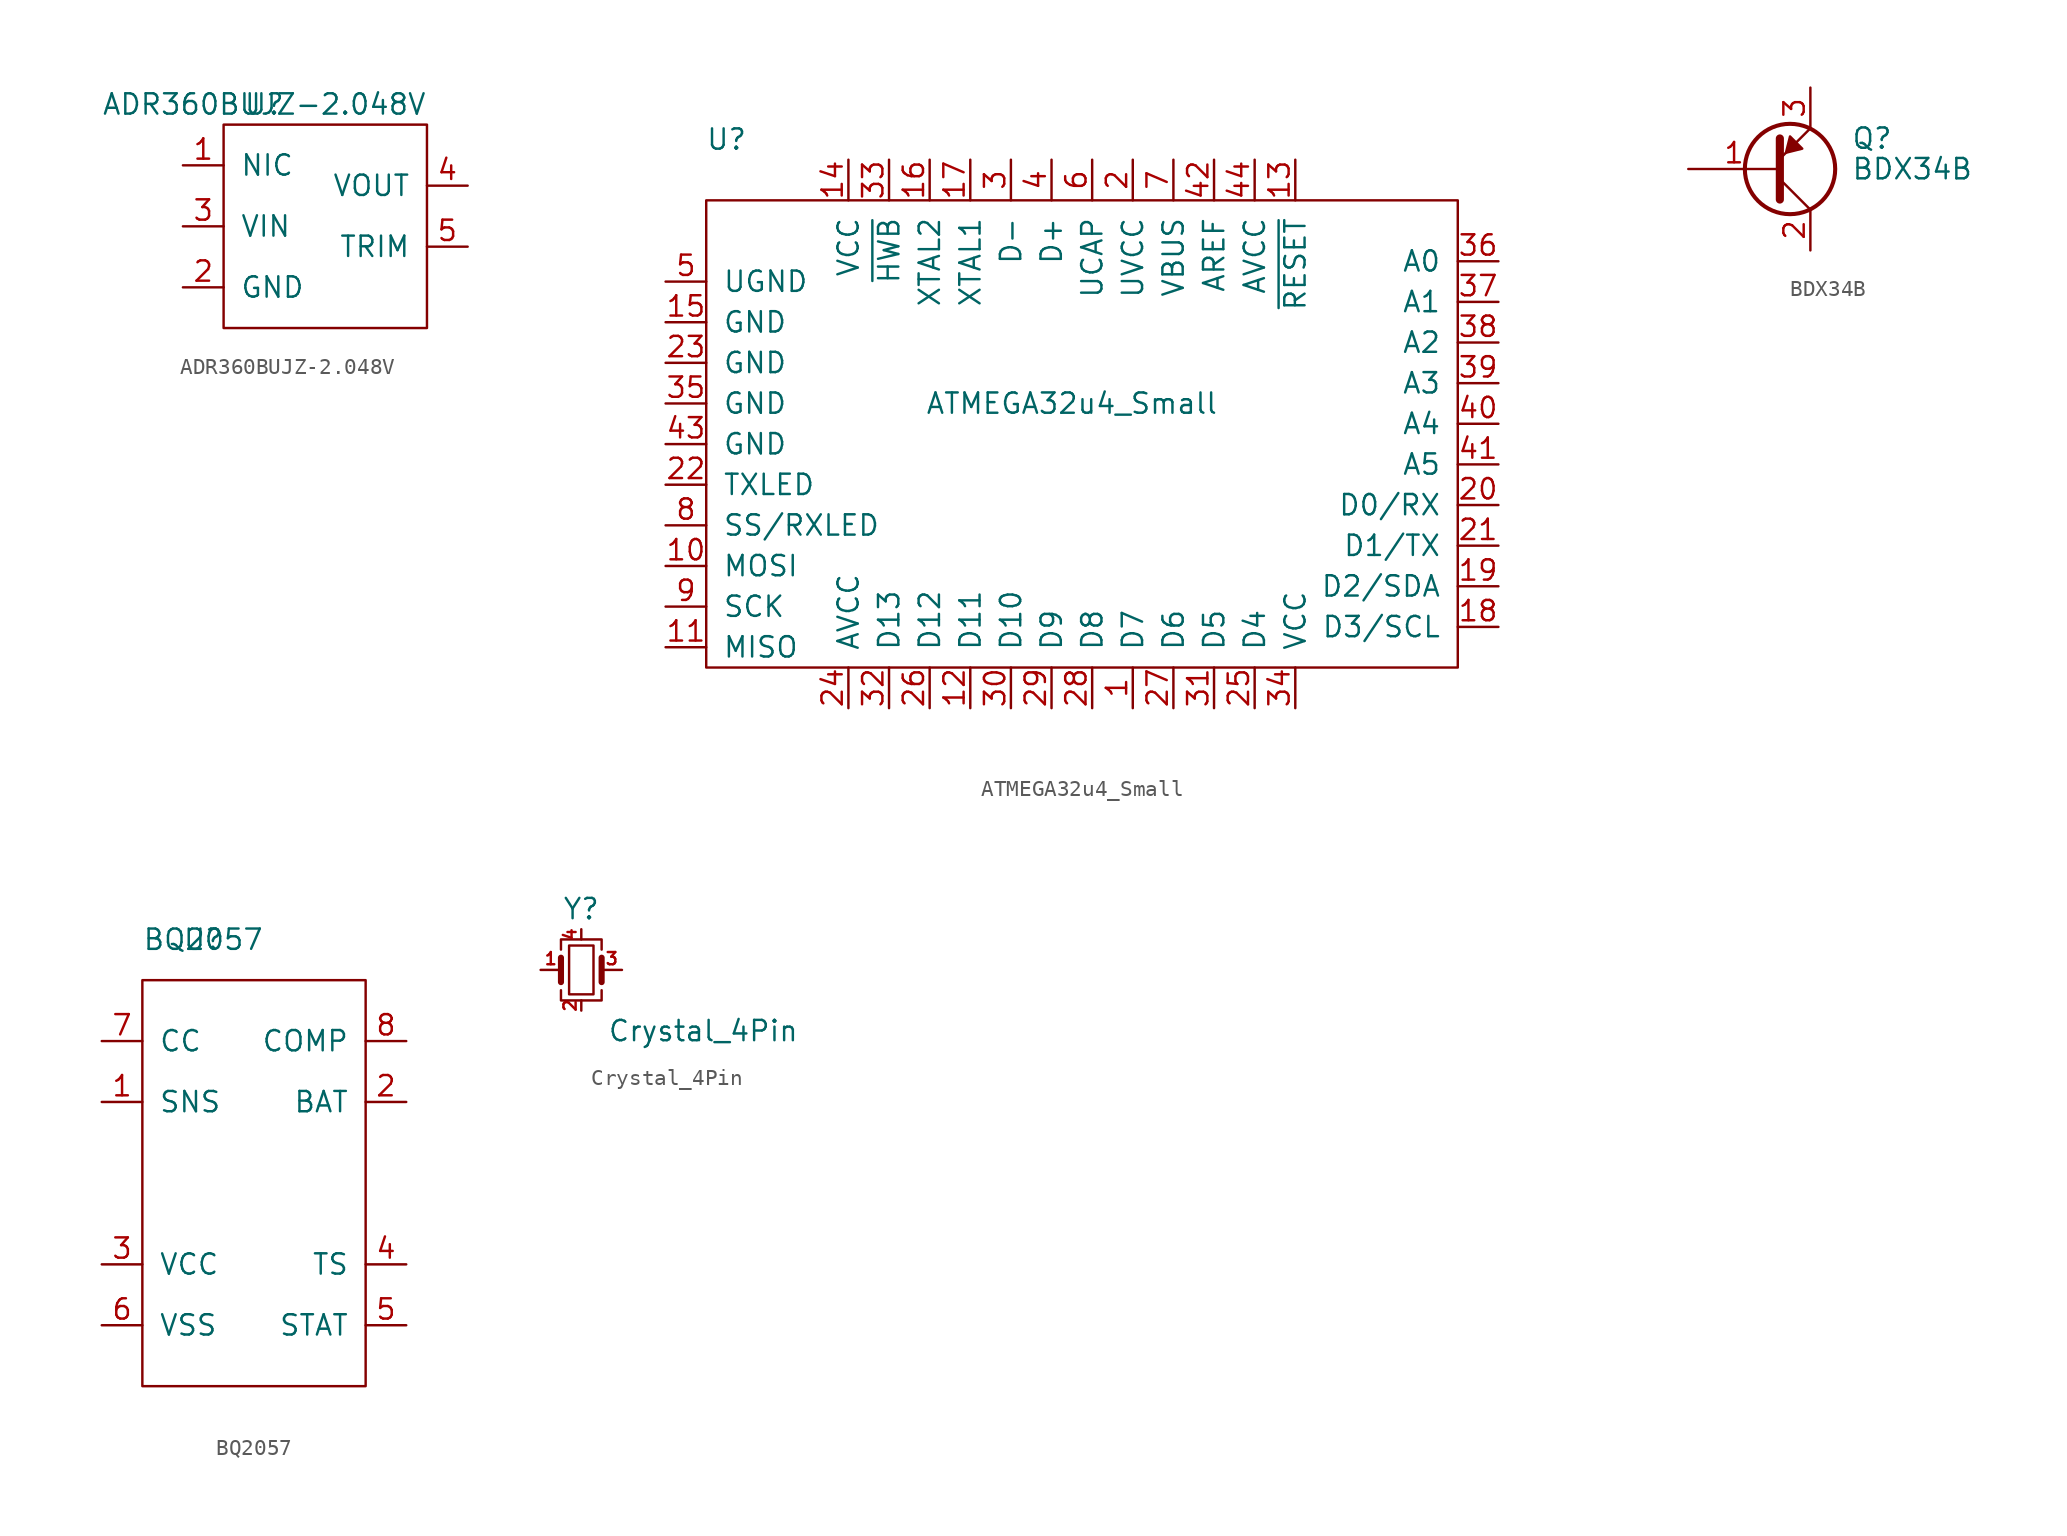
<source format=kicad_sym>
(kicad_symbol_lib
  (version 20211014)
  (generator kicad_symbol_editor)
  (symbol "ADR360BUJZ-2.048V"
    (pin_names
      (offset 1.016))
    (property "Reference" "U"
      (at 0 0 0)
      (effects (font (size 1.27 1.27))))
    (property "Value" "ADR360BUJZ-2.048V"
      (at 0 0 0)
      (effects (font (size 1.27 1.27))))
    (symbol "ADR360BUJZ-2.048V_0_1"
      (rectangle (start -2.54 -1.27) (end 10.16 -13.97) (stroke (width 0) (type default) (color 0 0 0 0)) (fill (type none))))
    (symbol "ADR360BUJZ-2.048V_1_1"
      (pin input line (at -5.08 -3.81 0) (length 2.54) (name "NIC" (effects (font (size 1.27 1.27)))) (number "1" (effects (font (size 1.27 1.27)))))
      (pin input line (at -5.08 -11.43 0) (length 2.54) (name "GND" (effects (font (size 1.27 1.27)))) (number "2" (effects (font (size 1.27 1.27)))))
      (pin input line (at -5.08 -7.62 0) (length 2.54) (name "VIN" (effects (font (size 1.27 1.27)))) (number "3" (effects (font (size 1.27 1.27)))))
      (pin input line (at 12.7 -5.08 180) (length 2.54) (name "VOUT" (effects (font (size 1.27 1.27)))) (number "4" (effects (font (size 1.27 1.27)))))
      (pin input line (at 12.7 -8.89 180) (length 2.54) (name "TRIM" (effects (font (size 1.27 1.27)))) (number "5" (effects (font (size 1.27 1.27)))))))
  (symbol "ATMEGA32u4_Small"
    (pin_names
      (offset 1.016))
    (property "Reference" "U"
      (at -22.86 16.51 0)
      (effects (font (size 1.27 1.27))))
    (property "Value" "ATMEGA32u4_Small"
      (at -1.27 0 0)
      (effects (font (size 1.27 1.27))))
    (symbol "ATMEGA32u4_Small_0_1"
      (rectangle (start -24.13 12.7) (end 22.86 -16.51) (stroke (width 0) (type default) (color 0 0 0 0)) (fill (type none))))
    (symbol "ATMEGA32u4_Small_1_1"
      (pin input line (at 2.54 -19.05 90) (length 2.54) (name "D7" (effects (font (size 1.27 1.27)))) (number "1" (effects (font (size 1.27 1.27)))))
      (pin input line (at -26.67 -10.16 0) (length 2.54) (name "MOSI" (effects (font (size 1.27 1.27)))) (number "10" (effects (font (size 1.27 1.27)))))
      (pin input line (at -26.67 -15.24 0) (length 2.54) (name "MISO" (effects (font (size 1.27 1.27)))) (number "11" (effects (font (size 1.27 1.27)))))
      (pin input line (at -7.62 -19.05 90) (length 2.54) (name "D11" (effects (font (size 1.27 1.27)))) (number "12" (effects (font (size 1.27 1.27)))))
      (pin input line (at 12.7 15.24 270) (length 2.54) (name "~{RESET}" (effects (font (size 1.27 1.27)))) (number "13" (effects (font (size 1.27 1.27)))))
      (pin input line (at -15.24 15.24 270) (length 2.54) (name "VCC" (effects (font (size 1.27 1.27)))) (number "14" (effects (font (size 1.27 1.27)))))
      (pin input line (at -26.67 5.08 0) (length 2.54) (name "GND" (effects (font (size 1.27 1.27)))) (number "15" (effects (font (size 1.27 1.27)))))
      (pin input line (at -10.16 15.24 270) (length 2.54) (name "XTAL2" (effects (font (size 1.27 1.27)))) (number "16" (effects (font (size 1.27 1.27)))))
      (pin input line (at -7.62 15.24 270) (length 2.54) (name "XTAL1" (effects (font (size 1.27 1.27)))) (number "17" (effects (font (size 1.27 1.27)))))
      (pin input line (at 25.4 -13.97 180) (length 2.54) (name "D3/SCL" (effects (font (size 1.27 1.27)))) (number "18" (effects (font (size 1.27 1.27)))))
      (pin input line (at 25.4 -11.43 180) (length 2.54) (name "D2/SDA" (effects (font (size 1.27 1.27)))) (number "19" (effects (font (size 1.27 1.27)))))
      (pin input line (at 2.54 15.24 270) (length 2.54) (name "UVCC" (effects (font (size 1.27 1.27)))) (number "2" (effects (font (size 1.27 1.27)))))
      (pin input line (at 25.4 -6.35 180) (length 2.54) (name "D0/RX" (effects (font (size 1.27 1.27)))) (number "20" (effects (font (size 1.27 1.27)))))
      (pin input line (at 25.4 -8.89 180) (length 2.54) (name "D1/TX" (effects (font (size 1.27 1.27)))) (number "21" (effects (font (size 1.27 1.27)))))
      (pin input line (at -26.67 -5.08 0) (length 2.54) (name "TXLED" (effects (font (size 1.27 1.27)))) (number "22" (effects (font (size 1.27 1.27)))))
      (pin input line (at -26.67 2.54 0) (length 2.54) (name "GND" (effects (font (size 1.27 1.27)))) (number "23" (effects (font (size 1.27 1.27)))))
      (pin input line (at -15.24 -19.05 90) (length 2.54) (name "AVCC" (effects (font (size 1.27 1.27)))) (number "24" (effects (font (size 1.27 1.27)))))
      (pin input line (at 10.16 -19.05 90) (length 2.54) (name "D4" (effects (font (size 1.27 1.27)))) (number "25" (effects (font (size 1.27 1.27)))))
      (pin input line (at -10.16 -19.05 90) (length 2.54) (name "D12" (effects (font (size 1.27 1.27)))) (number "26" (effects (font (size 1.27 1.27)))))
      (pin input line (at 5.08 -19.05 90) (length 2.54) (name "D6" (effects (font (size 1.27 1.27)))) (number "27" (effects (font (size 1.27 1.27)))))
      (pin input line (at 0 -19.05 90) (length 2.54) (name "D8" (effects (font (size 1.27 1.27)))) (number "28" (effects (font (size 1.27 1.27)))))
      (pin input line (at -2.54 -19.05 90) (length 2.54) (name "D9" (effects (font (size 1.27 1.27)))) (number "29" (effects (font (size 1.27 1.27)))))
      (pin input line (at -5.08 15.24 270) (length 2.54) (name "D-" (effects (font (size 1.27 1.27)))) (number "3" (effects (font (size 1.27 1.27)))))
      (pin input line (at -5.08 -19.05 90) (length 2.54) (name "D10" (effects (font (size 1.27 1.27)))) (number "30" (effects (font (size 1.27 1.27)))))
      (pin input line (at 7.62 -19.05 90) (length 2.54) (name "D5" (effects (font (size 1.27 1.27)))) (number "31" (effects (font (size 1.27 1.27)))))
      (pin input line (at -12.7 -19.05 90) (length 2.54) (name "D13" (effects (font (size 1.27 1.27)))) (number "32" (effects (font (size 1.27 1.27)))))
      (pin input line (at -12.7 15.24 270) (length 2.54) (name "~{HWB}" (effects (font (size 1.27 1.27)))) (number "33" (effects (font (size 1.27 1.27)))))
      (pin input line (at 12.7 -19.05 90) (length 2.54) (name "VCC" (effects (font (size 1.27 1.27)))) (number "34" (effects (font (size 1.27 1.27)))))
      (pin input line (at -26.67 0 0) (length 2.54) (name "GND" (effects (font (size 1.27 1.27)))) (number "35" (effects (font (size 1.27 1.27)))))
      (pin input line (at 25.4 8.89 180) (length 2.54) (name "A0" (effects (font (size 1.27 1.27)))) (number "36" (effects (font (size 1.27 1.27)))))
      (pin input line (at 25.4 6.35 180) (length 2.54) (name "A1" (effects (font (size 1.27 1.27)))) (number "37" (effects (font (size 1.27 1.27)))))
      (pin input line (at 25.4 3.81 180) (length 2.54) (name "A2" (effects (font (size 1.27 1.27)))) (number "38" (effects (font (size 1.27 1.27)))))
      (pin input line (at 25.4 1.27 180) (length 2.54) (name "A3" (effects (font (size 1.27 1.27)))) (number "39" (effects (font (size 1.27 1.27)))))
      (pin input line (at -2.54 15.24 270) (length 2.54) (name "D+" (effects (font (size 1.27 1.27)))) (number "4" (effects (font (size 1.27 1.27)))))
      (pin input line (at 25.4 -1.27 180) (length 2.54) (name "A4" (effects (font (size 1.27 1.27)))) (number "40" (effects (font (size 1.27 1.27)))))
      (pin input line (at 25.4 -3.81 180) (length 2.54) (name "A5" (effects (font (size 1.27 1.27)))) (number "41" (effects (font (size 1.27 1.27)))))
      (pin input line (at 7.62 15.24 270) (length 2.54) (name "AREF" (effects (font (size 1.27 1.27)))) (number "42" (effects (font (size 1.27 1.27)))))
      (pin input line (at -26.67 -2.54 0) (length 2.54) (name "GND" (effects (font (size 1.27 1.27)))) (number "43" (effects (font (size 1.27 1.27)))))
      (pin input line (at 10.16 15.24 270) (length 2.54) (name "AVCC" (effects (font (size 1.27 1.27)))) (number "44" (effects (font (size 1.27 1.27)))))
      (pin input line (at -26.67 7.62 0) (length 2.54) (name "UGND" (effects (font (size 1.27 1.27)))) (number "5" (effects (font (size 1.27 1.27)))))
      (pin input line (at 0 15.24 270) (length 2.54) (name "UCAP" (effects (font (size 1.27 1.27)))) (number "6" (effects (font (size 1.27 1.27)))))
      (pin input line (at 5.08 15.24 270) (length 2.54) (name "VBUS" (effects (font (size 1.27 1.27)))) (number "7" (effects (font (size 1.27 1.27)))))
      (pin input line (at -26.67 -7.62 0) (length 2.54) (name "SS/RXLED" (effects (font (size 1.27 1.27)))) (number "8" (effects (font (size 1.27 1.27)))))
      (pin input line (at -26.67 -12.7 0) (length 2.54) (name "SCK" (effects (font (size 1.27 1.27)))) (number "9" (effects (font (size 1.27 1.27)))))))
  (symbol "BDX34B"
    (pin_names
      (offset 0) hide)
    (property "Reference" "Q"
      (at 5.08 1.905 0)
      (effects (font (size 1.27 1.27)) (justify left)))
    (property "Value" "BDX34B"
      (at 5.08 0 0)
      (effects (font (size 1.27 1.27)) (justify left)))
    (symbol "BDX34B_0_1"
      (polyline (pts (xy 0.635 0.635) (xy 2.54 2.54)) (stroke (width 0) (type default) (color 0 0 0 0)) (fill (type none)))
      (polyline (pts (xy 0.762 -0.762) (xy 2.54 -2.54)) (stroke (width 0) (type default) (color 0 0 0 0)) (fill (type none)))
      (polyline (pts (xy 0.635 1.905) (xy 0.635 -1.905) (xy 0.635 -1.905)) (stroke (width 0.508) (type default) (color 0 0 0 0)) (fill (type none)))
      (polyline (pts (xy 1.016 1.016) (xy 2.032 1.27) (xy 1.27 2.032) (xy 1.016 1.016)) (stroke (width 0) (type default) (color 0 0 0 0)) (fill (type outline)))
      (circle (center 1.27 0) (radius 2.819) (stroke (width 0.254) (type default) (color 0 0 0 0)) (fill (type none))))
    (symbol "BDX34B_1_1"
      (pin input line (at -5.08 0 0) (length 5.715) (name "B" (effects (font (size 1.27 1.27)))) (number "1" (effects (font (size 1.27 1.27)))))
      (pin passive line (at 2.54 -5.08 90) (length 2.54) (name "C" (effects (font (size 1.27 1.27)))) (number "2" (effects (font (size 1.27 1.27)))))
      (pin passive line (at 2.54 5.08 270) (length 2.54) (name "E" (effects (font (size 1.27 1.27)))) (number "3" (effects (font (size 1.27 1.27)))))))
  (symbol "BQ2057"
    (pin_names
      (offset 1.016))
    (property "Reference" "U"
      (at 0 0 0)
      (effects (font (size 1.27 1.27))))
    (property "Value" "BQ2057"
      (at 0 0 0)
      (effects (font (size 1.27 1.27))))
    (symbol "BQ2057_0_1"
      (rectangle (start -3.81 -2.54) (end 10.16 -27.94) (stroke (width 0) (type default) (color 0 0 0 0)) (fill (type none))))
    (symbol "BQ2057_1_1"
      (pin input line (at -6.35 -10.16 0) (length 2.54) (name "SNS" (effects (font (size 1.27 1.27)))) (number "1" (effects (font (size 1.27 1.27)))))
      (pin input line (at 12.7 -10.16 180) (length 2.54) (name "BAT" (effects (font (size 1.27 1.27)))) (number "2" (effects (font (size 1.27 1.27)))))
      (pin input line (at -6.35 -20.32 0) (length 2.54) (name "VCC" (effects (font (size 1.27 1.27)))) (number "3" (effects (font (size 1.27 1.27)))))
      (pin input line (at 12.7 -20.32 180) (length 2.54) (name "TS" (effects (font (size 1.27 1.27)))) (number "4" (effects (font (size 1.27 1.27)))))
      (pin input line (at 12.7 -24.13 180) (length 2.54) (name "STAT" (effects (font (size 1.27 1.27)))) (number "5" (effects (font (size 1.27 1.27)))))
      (pin input line (at -6.35 -24.13 0) (length 2.54) (name "VSS" (effects (font (size 1.27 1.27)))) (number "6" (effects (font (size 1.27 1.27)))))
      (pin input line (at -6.35 -6.35 0) (length 2.54) (name "CC" (effects (font (size 1.27 1.27)))) (number "7" (effects (font (size 1.27 1.27)))))
      (pin input line (at 12.7 -6.35 180) (length 2.54) (name "COMP" (effects (font (size 1.27 1.27)))) (number "8" (effects (font (size 1.27 1.27)))))))
  (symbol "Crystal_4Pin"
    (pin_names
      (offset 1.016))
    (property "Reference" "Y"
      (at 0 0 0)
      (effects (font (size 1.27 1.27))))
    (property "Value" "Crystal_4Pin"
      (at 7.62 -7.62 0)
      (effects (font (size 1.27 1.27))))
    (symbol "Crystal_4Pin_1_1"
      (rectangle (start -0.762 -5.334) (end 0.762 -2.286) (stroke (width 0) (type default) (color 0 0 0 0)) (fill (type none)))
      (polyline (pts (xy -1.27 -4.572) (xy -1.27 -3.048)) (stroke (width 0.381) (type default) (color 0 0 0 0)) (fill (type none)))
      (polyline (pts (xy 1.27 -4.572) (xy 1.27 -3.048)) (stroke (width 0.381) (type default) (color 0 0 0 0)) (fill (type none)))
      (polyline (pts (xy -1.27 -5.08) (xy -1.27 -5.715) (xy 1.27 -5.715) (xy 1.27 -5.08)) (stroke (width 0) (type default) (color 0 0 0 0)) (fill (type none)))
      (polyline (pts (xy -1.27 -2.54) (xy -1.27 -1.905) (xy 1.27 -1.905) (xy 1.27 -2.54)) (stroke (width 0) (type default) (color 0 0 0 0)) (fill (type none)))
      (pin passive line (at -2.54 -3.81 0) (length 1.27) (name "~" (effects (font (size 1.27 1.27)))) (number "1" (effects (font (size 0.762 0.762)))))
      (pin passive line (at 0 -6.35 90) (length 0.635) (name "~" (effects (font (size 1.27 1.27)))) (number "2" (effects (font (size 0.762 0.762)))))
      (pin passive line (at 2.54 -3.81 180) (length 1.27) (name "~" (effects (font (size 1.27 1.27)))) (number "3" (effects (font (size 0.762 0.762)))))
      (pin passive line (at 0 -1.27 270) (length 0.635) (name "~" (effects (font (size 1.27 1.27)))) (number "4" (effects (font (size 0.762 0.762))))))))
</source>
